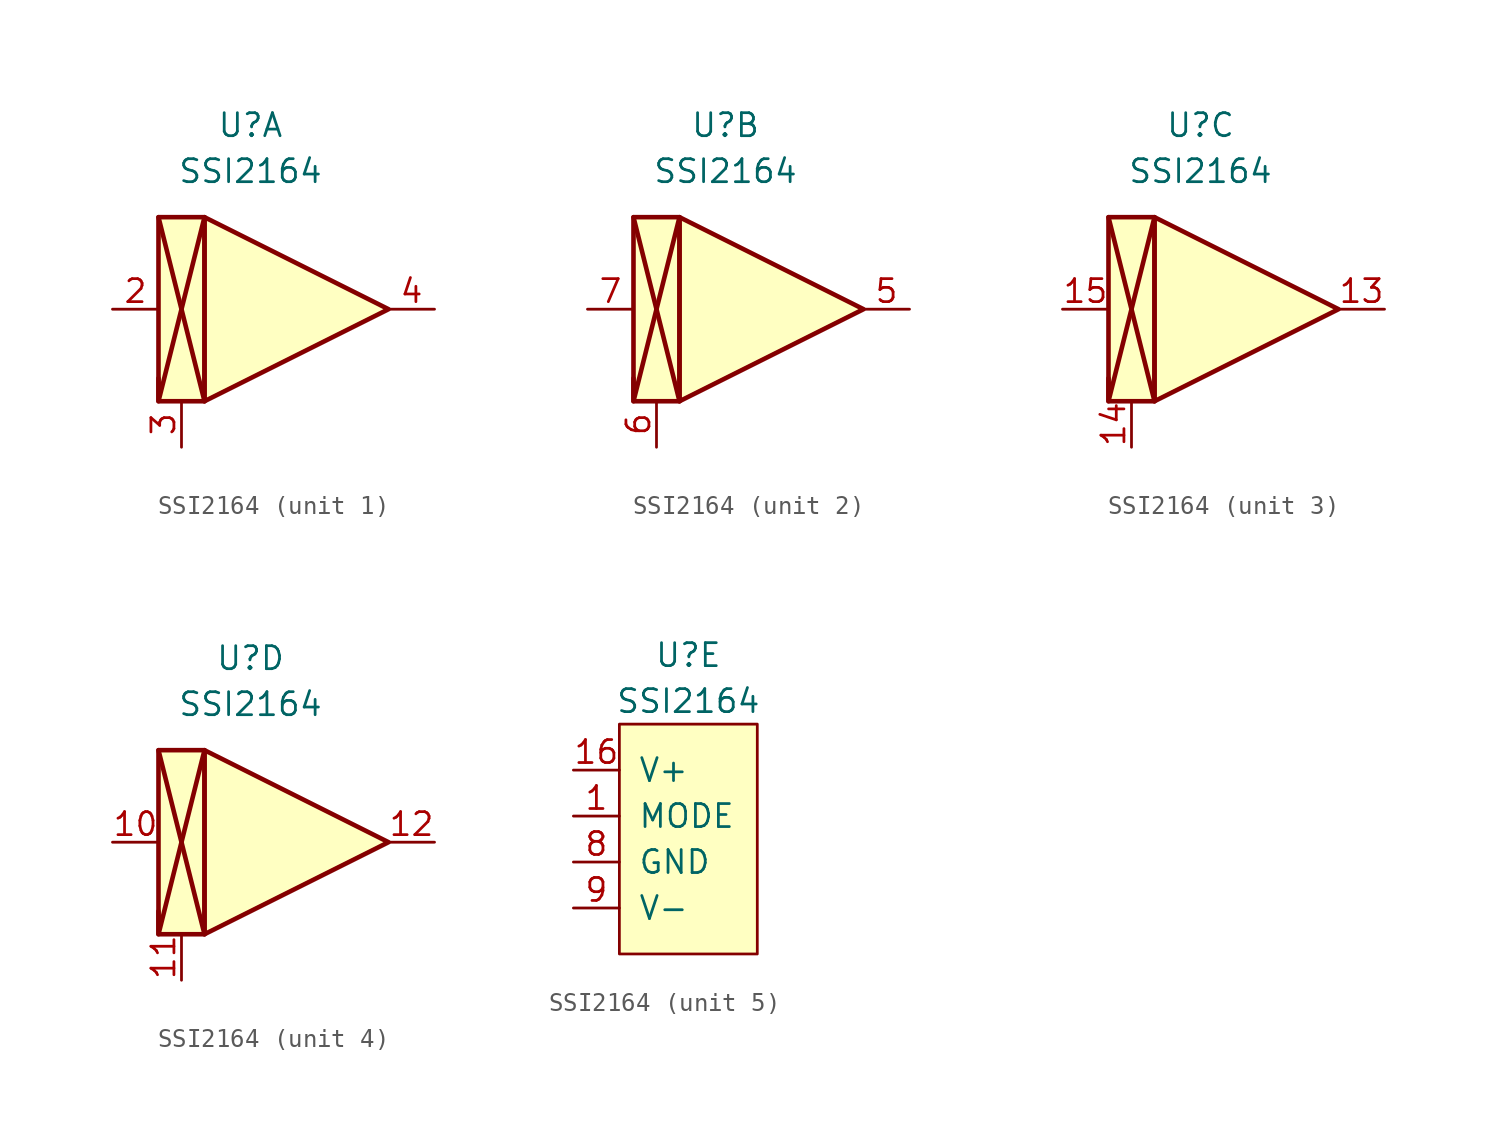
<source format=kicad_sym>
(kicad_symbol_lib
  (version 20211014)
  (generator kicad_symbol_editor)
  (symbol "SSI2164"
    (pin_names
      (offset 1.016))
    (property "Reference" "U"
      (at 0 10.16 0)
      (effects (font (size 1.27 1.27))))
    (property "Value" "SSI2164"
      (at 0 7.62 0)
      (effects (font (size 1.27 1.27))))
    (property "ki_locked" ""
      (at 0 0 0)
      (effects (font (size 1.27 1.27))))
    (symbol "SSI2164_1_1"
      (rectangle (start -2.54 5.08) (end -5.08 -5.08) (stroke (width 0.254) (type default) (color 0 0 0 0)) (fill (type background)))
      (polyline (pts (xy -5.08 5.08) (xy -2.54 -5.08)) (stroke (width 0.254) (type default) (color 0 0 0 0)) (fill (type none)))
      (polyline (pts (xy -2.54 5.08) (xy -5.08 -5.08) (xy -5.08 -3.81)) (stroke (width 0.254) (type default) (color 0 0 0 0)) (fill (type none)))
      (polyline (pts (xy -2.54 5.08) (xy 7.62 0) (xy -2.54 -5.08) (xy -2.54 5.08)) (stroke (width 0.254) (type default) (color 0 0 0 0)) (fill (type background)))
      (pin input line (at -7.62 0 0) (length 2.54) (name "~" (effects (font (size 1.27 1.27)))) (number "2" (effects (font (size 1.27 1.27)))))
      (pin passive line (at -3.81 -7.62 90) (length 2.54) (name "~" (effects (font (size 1.27 1.27)))) (number "3" (effects (font (size 1.27 1.27)))))
      (pin output line (at 10.16 0 180) (length 2.54) (name "~" (effects (font (size 1.27 1.27)))) (number "4" (effects (font (size 1.27 1.27))))))
    (symbol "SSI2164_2_1"
      (rectangle (start -2.54 5.08) (end -5.08 -5.08) (stroke (width 0.254) (type default) (color 0 0 0 0)) (fill (type background)))
      (polyline (pts (xy -5.08 5.08) (xy -2.54 -5.08)) (stroke (width 0.254) (type default) (color 0 0 0 0)) (fill (type none)))
      (polyline (pts (xy -2.54 5.08) (xy -5.08 -5.08) (xy -5.08 -3.81)) (stroke (width 0.254) (type default) (color 0 0 0 0)) (fill (type none)))
      (polyline (pts (xy -2.54 5.08) (xy 7.62 0) (xy -2.54 -5.08) (xy -2.54 5.08)) (stroke (width 0.254) (type default) (color 0 0 0 0)) (fill (type background)))
      (pin output line (at 10.16 0 180) (length 2.54) (name "~" (effects (font (size 1.27 1.27)))) (number "5" (effects (font (size 1.27 1.27)))))
      (pin passive line (at -3.81 -7.62 90) (length 2.54) (name "~" (effects (font (size 1.27 1.27)))) (number "6" (effects (font (size 1.27 1.27)))))
      (pin input line (at -7.62 0 0) (length 2.54) (name "~" (effects (font (size 1.27 1.27)))) (number "7" (effects (font (size 1.27 1.27))))))
    (symbol "SSI2164_3_1"
      (rectangle (start -2.54 5.08) (end -5.08 -5.08) (stroke (width 0.254) (type default) (color 0 0 0 0)) (fill (type background)))
      (polyline (pts (xy -5.08 5.08) (xy -2.54 -5.08)) (stroke (width 0.254) (type default) (color 0 0 0 0)) (fill (type none)))
      (polyline (pts (xy -2.54 5.08) (xy -5.08 -5.08) (xy -5.08 -3.81)) (stroke (width 0.254) (type default) (color 0 0 0 0)) (fill (type none)))
      (polyline (pts (xy -2.54 5.08) (xy 7.62 0) (xy -2.54 -5.08) (xy -2.54 5.08)) (stroke (width 0.254) (type default) (color 0 0 0 0)) (fill (type background)))
      (pin output line (at 10.16 0 180) (length 2.54) (name "~" (effects (font (size 1.27 1.27)))) (number "13" (effects (font (size 1.27 1.27)))))
      (pin passive line (at -3.81 -7.62 90) (length 2.54) (name "~" (effects (font (size 1.27 1.27)))) (number "14" (effects (font (size 1.27 1.27)))))
      (pin input line (at -7.62 0 0) (length 2.54) (name "~" (effects (font (size 1.27 1.27)))) (number "15" (effects (font (size 1.27 1.27))))))
    (symbol "SSI2164_4_1"
      (rectangle (start -2.54 5.08) (end -5.08 -5.08) (stroke (width 0.254) (type default) (color 0 0 0 0)) (fill (type background)))
      (polyline (pts (xy -5.08 5.08) (xy -2.54 -5.08)) (stroke (width 0.254) (type default) (color 0 0 0 0)) (fill (type none)))
      (polyline (pts (xy -2.54 5.08) (xy -5.08 -5.08) (xy -5.08 -3.81)) (stroke (width 0.254) (type default) (color 0 0 0 0)) (fill (type none)))
      (polyline (pts (xy -2.54 5.08) (xy 7.62 0) (xy -2.54 -5.08) (xy -2.54 5.08)) (stroke (width 0.254) (type default) (color 0 0 0 0)) (fill (type background)))
      (pin input line (at -7.62 0 0) (length 2.54) (name "~" (effects (font (size 1.27 1.27)))) (number "10" (effects (font (size 1.27 1.27)))))
      (pin passive line (at -3.81 -7.62 90) (length 2.54) (name "~" (effects (font (size 1.27 1.27)))) (number "11" (effects (font (size 1.27 1.27)))))
      (pin output line (at 10.16 0 180) (length 2.54) (name "~" (effects (font (size 1.27 1.27)))) (number "12" (effects (font (size 1.27 1.27))))))
    (symbol "SSI2164_5_1"
      (rectangle (start -3.81 6.35) (end 3.81 -6.35) (stroke (width 0) (type default) (color 0 0 0 0)) (fill (type background)))
      (pin passive line (at -6.35 1.27 0) (length 2.54) (name "MODE" (effects (font (size 1.27 1.27)))) (number "1" (effects (font (size 1.27 1.27)))))
      (pin power_in line (at -6.35 3.81 0) (length 2.54) (name "V+" (effects (font (size 1.27 1.27)))) (number "16" (effects (font (size 1.27 1.27)))))
      (pin passive line (at -6.35 -1.27 0) (length 2.54) (name "GND" (effects (font (size 1.27 1.27)))) (number "8" (effects (font (size 1.27 1.27)))))
      (pin passive line (at -6.35 -3.81 0) (length 2.54) (name "V-" (effects (font (size 1.27 1.27)))) (number "9" (effects (font (size 1.27 1.27))))))))
</source>
